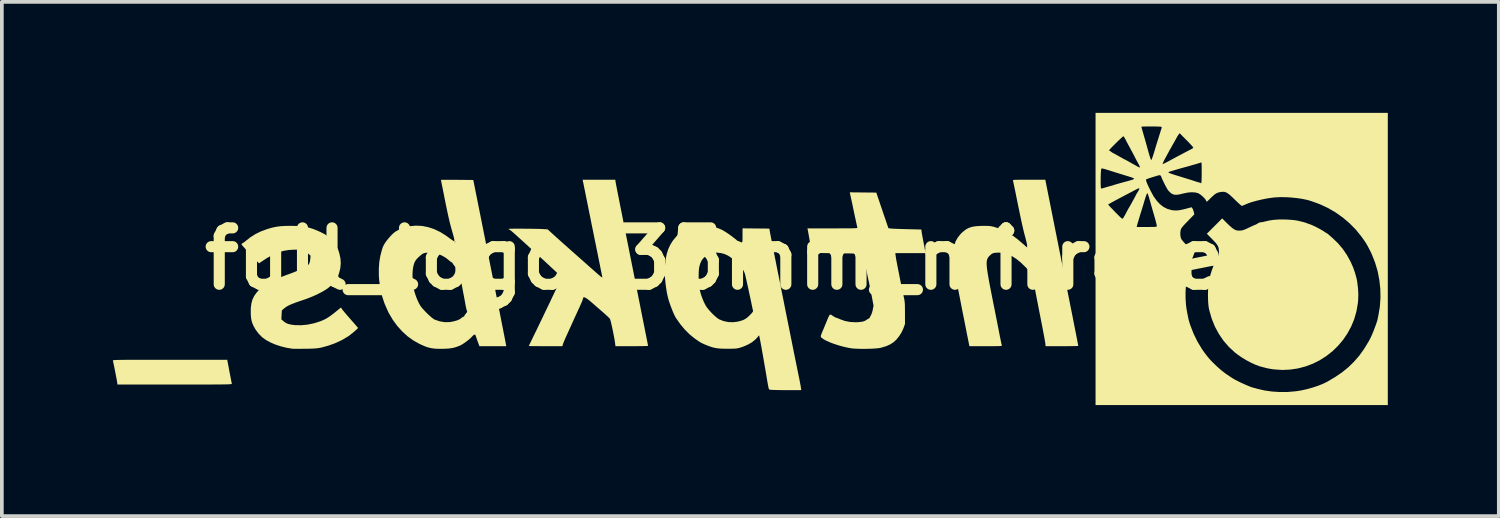
<source format=kicad_pcb>
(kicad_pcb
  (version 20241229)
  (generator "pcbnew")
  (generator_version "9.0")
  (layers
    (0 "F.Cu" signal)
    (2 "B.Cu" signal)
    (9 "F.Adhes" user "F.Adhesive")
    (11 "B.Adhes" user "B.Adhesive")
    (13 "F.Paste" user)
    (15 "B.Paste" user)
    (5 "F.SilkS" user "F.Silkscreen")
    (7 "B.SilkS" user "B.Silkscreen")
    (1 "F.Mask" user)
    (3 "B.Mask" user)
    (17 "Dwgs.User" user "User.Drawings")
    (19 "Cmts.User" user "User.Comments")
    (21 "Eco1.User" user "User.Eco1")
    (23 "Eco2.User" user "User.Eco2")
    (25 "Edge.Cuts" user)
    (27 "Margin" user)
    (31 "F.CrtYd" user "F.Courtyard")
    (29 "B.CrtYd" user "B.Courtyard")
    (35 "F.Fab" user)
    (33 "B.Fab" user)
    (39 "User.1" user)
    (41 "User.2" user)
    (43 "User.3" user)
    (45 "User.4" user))
  (footprint "full_logo_35mm_mirrored"
    (layer "F.Cu")
    (at 16.954 3.943)
    (property "Reference" "full_logo_35mm_mirrored" (at 0 0 0) (layer "F.SilkS") (effects (font (size 1.524 1.524) (thickness 0.3))))
    (attr board_only exclude_from_pos_files exclude_from_bom)
    (fp_poly (pts (xy -13.858 2.758) (xy -13.827 2.918) (xy -13.802 3.055) (xy -13.78 3.168) (xy -13.763 3.257) (xy -13.75 3.322) (xy -13.742 3.362) (xy -13.739 3.377) (xy -13.739 3.38) (xy -13.742 3.383) (xy -13.749 3.386) (xy -13.762 3.388) (xy -13.781 3.39) (xy -13.809 3.392) (xy -13.845 3.394) (xy -13.893 3.395) (xy -13.952 3.396) (xy -14.025 3.397) (xy -14.113 3.398) (xy -14.216 3.398) (xy -14.337 3.399) (xy -14.476 3.399) (xy -14.635 3.399) (xy -14.815 3.399) (xy -15.018 3.399) (xy -15.244 3.399) (xy -15.281 3.399) (xy -16.829 3.399) (xy -16.838 3.339) (xy -16.843 3.306) (xy -16.852 3.256) (xy -16.864 3.192) (xy -16.878 3.12) (xy -16.893 3.044) (xy -16.908 2.968) (xy -16.922 2.897) (xy -16.935 2.835) (xy -16.945 2.787) (xy -16.952 2.756) (xy -16.954 2.748) (xy -16.953 2.745) (xy -16.946 2.743) (xy -16.932 2.741) (xy -16.91 2.739) (xy -16.879 2.737) (xy -16.837 2.735) (xy -16.783 2.734) (xy -16.716 2.733) (xy -16.634 2.732) (xy -16.537 2.731) (xy -16.423 2.731) (xy -16.29 2.73) (xy -16.138 2.73) (xy -15.966 2.73) (xy -15.771 2.73) (xy -15.553 2.73) (xy -15.412 2.73) (xy -13.863 2.73)) (stroke (width 0) (type solid)) (fill yes) (layer "F.SilkS"))
    (fp_poly (pts (xy 13.162 -0.955) (xy 13.234 -0.886) (xy 13.293 -0.835) (xy 13.344 -0.798) (xy 13.39 -0.775) (xy 13.436 -0.763) (xy 13.485 -0.76) (xy 13.509 -0.76) (xy 13.549 -0.764) (xy 13.586 -0.772) (xy 13.627 -0.786) (xy 13.678 -0.808) (xy 13.737 -0.836) (xy 13.885 -0.905) (xy 14.021 -0.958) (xy 14.152 -1) (xy 14.286 -1.031) (xy 14.389 -1.048) (xy 14.47 -1.056) (xy 14.565 -1.061) (xy 14.669 -1.062) (xy 14.776 -1.059) (xy 14.879 -1.053) (xy 14.973 -1.044) (xy 15.052 -1.032) (xy 15.088 -1.024) (xy 15.128 -1.014) (xy 15.177 -1.002) (xy 15.196 -0.998) (xy 15.238 -0.987) (xy 15.273 -0.977) (xy 15.284 -0.972) (xy 15.309 -0.963) (xy 15.349 -0.948) (xy 15.391 -0.934) (xy 15.455 -0.909) (xy 15.531 -0.874) (xy 15.614 -0.832) (xy 15.694 -0.788) (xy 15.765 -0.746) (xy 15.786 -0.731) (xy 15.823 -0.707) (xy 15.852 -0.689) (xy 15.865 -0.682) (xy 15.865 -0.682) (xy 15.878 -0.675) (xy 15.895 -0.66) (xy 15.916 -0.641) (xy 15.949 -0.612) (xy 15.988 -0.578) (xy 15.991 -0.576) (xy 16.146 -0.429) (xy 16.28 -0.273) (xy 16.396 -0.103) (xy 16.497 0.08) (xy 16.563 0.229) (xy 16.617 0.382) (xy 16.658 0.531) (xy 16.676 0.625) (xy 16.697 0.8) (xy 16.706 0.96) (xy 16.701 1.115) (xy 16.692 1.207) (xy 16.654 1.425) (xy 16.594 1.634) (xy 16.512 1.832) (xy 16.411 2.019) (xy 16.292 2.193) (xy 16.157 2.353) (xy 16.007 2.499) (xy 15.843 2.628) (xy 15.666 2.741) (xy 15.479 2.835) (xy 15.283 2.909) (xy 15.079 2.963) (xy 14.868 2.995) (xy 14.653 3.005) (xy 14.434 2.991) (xy 14.406 2.987) (xy 14.345 2.978) (xy 14.287 2.968) (xy 14.241 2.959) (xy 14.223 2.955) (xy 14.187 2.945) (xy 14.16 2.938) (xy 14.156 2.937) (xy 14.048 2.909) (xy 13.928 2.865) (xy 13.801 2.807) (xy 13.673 2.739) (xy 13.547 2.662) (xy 13.43 2.58) (xy 13.372 2.534) (xy 13.207 2.383) (xy 13.062 2.215) (xy 12.936 2.031) (xy 12.829 1.832) (xy 12.743 1.619) (xy 12.678 1.392) (xy 12.666 1.34) (xy 12.656 1.272) (xy 12.648 1.185) (xy 12.644 1.085) (xy 12.642 0.979) (xy 12.644 0.871) (xy 12.648 0.769) (xy 12.656 0.679) (xy 12.666 0.606) (xy 12.667 0.601) (xy 12.702 0.455) (xy 12.747 0.308) (xy 12.799 0.173) (xy 12.806 0.156) (xy 12.826 0.108) (xy 12.842 0.069) (xy 12.851 0.044) (xy 12.852 0.039) (xy 12.859 0.026) (xy 12.863 0.025) (xy 12.873 0.015) (xy 12.889 -0.013) (xy 12.908 -0.052) (xy 12.927 -0.099) (xy 12.937 -0.137) (xy 12.939 -0.179) (xy 12.937 -0.221) (xy 12.933 -0.269) (xy 12.924 -0.31) (xy 12.908 -0.348) (xy 12.883 -0.388) (xy 12.846 -0.434) (xy 12.795 -0.489) (xy 12.742 -0.544) (xy 12.612 -0.676) (xy 12.819 -0.883) (xy 13.026 -1.091)) (stroke (width 0) (type solid)) (fill yes) (layer "F.SilkS"))
    (fp_poly (pts (xy -12.003 -0.887) (xy -11.874 -0.879) (xy -11.759 -0.864) (xy -11.651 -0.84) (xy -11.545 -0.807) (xy -11.434 -0.763) (xy -11.327 -0.714) (xy -11.273 -0.687) (xy -11.231 -0.665) (xy -11.197 -0.642) (xy -11.163 -0.615) (xy -11.127 -0.58) (xy -11.081 -0.533) (xy -11.049 -0.5) (xy -10.987 -0.431) (xy -10.939 -0.374) (xy -10.903 -0.322) (xy -10.876 -0.27) (xy -10.854 -0.213) (xy -10.833 -0.144) (xy -10.829 -0.129) (xy -10.802 0.00008) (xy -10.795 0.122) (xy -10.806 0.245) (xy -10.822 0.319) (xy -10.849 0.417) (xy -10.88 0.5) (xy -10.92 0.572) (xy -10.97 0.638) (xy -11.036 0.705) (xy -11.12 0.777) (xy -11.133 0.788) (xy -11.201 0.836) (xy -11.288 0.888) (xy -11.39 0.941) (xy -11.501 0.994) (xy -11.618 1.044) (xy -11.734 1.088) (xy -11.784 1.105) (xy -11.909 1.147) (xy -12.014 1.184) (xy -12.099 1.217) (xy -12.168 1.246) (xy -12.225 1.274) (xy -12.271 1.301) (xy -12.31 1.33) (xy -12.327 1.344) (xy -12.387 1.397) (xy -12.394 1.517) (xy -12.4 1.638) (xy -12.339 1.691) (xy -12.292 1.726) (xy -12.24 1.753) (xy -12.177 1.772) (xy -12.097 1.786) (xy -12.034 1.793) (xy -11.866 1.797) (xy -11.692 1.78) (xy -11.514 1.743) (xy -11.373 1.699) (xy -11.302 1.672) (xy -11.238 1.643) (xy -11.177 1.611) (xy -11.114 1.571) (xy -11.045 1.522) (xy -10.965 1.46) (xy -10.881 1.392) (xy -10.788 1.316) (xy -10.768 1.352) (xy -10.754 1.372) (xy -10.726 1.407) (xy -10.686 1.455) (xy -10.637 1.513) (xy -10.581 1.577) (xy -10.539 1.625) (xy -10.482 1.69) (xy -10.43 1.749) (xy -10.387 1.799) (xy -10.354 1.837) (xy -10.334 1.861) (xy -10.328 1.869) (xy -10.336 1.881) (xy -10.36 1.906) (xy -10.397 1.939) (xy -10.441 1.977) (xy -10.489 2.017) (xy -10.538 2.055) (xy -10.583 2.089) (xy -10.609 2.106) (xy -10.767 2.199) (xy -10.943 2.281) (xy -11.129 2.348) (xy -11.32 2.4) (xy -11.329 2.401) (xy -11.376 2.411) (xy -11.422 2.418) (xy -11.473 2.423) (xy -11.533 2.427) (xy -11.607 2.43) (xy -11.699 2.432) (xy -11.759 2.432) (xy -11.846 2.433) (xy -11.928 2.434) (xy -11.999 2.434) (xy -12.056 2.433) (xy -12.094 2.432) (xy -12.106 2.431) (xy -12.262 2.405) (xy -12.415 2.367) (xy -12.561 2.319) (xy -12.694 2.262) (xy -12.812 2.198) (xy -12.91 2.128) (xy -12.93 2.11) (xy -13.019 2.019) (xy -13.095 1.917) (xy -13.155 1.811) (xy -13.186 1.738) (xy -13.202 1.686) (xy -13.213 1.637) (xy -13.22 1.582) (xy -13.225 1.514) (xy -13.227 1.472) (xy -13.226 1.333) (xy -13.211 1.212) (xy -13.182 1.104) (xy -13.135 1.007) (xy -13.07 0.915) (xy -13.024 0.863) (xy -12.937 0.78) (xy -12.839 0.706) (xy -12.728 0.638) (xy -12.598 0.573) (xy -12.471 0.519) (xy -12.397 0.491) (xy -12.329 0.464) (xy -12.27 0.442) (xy -12.225 0.425) (xy -12.201 0.417) (xy -12.143 0.396) (xy -12.068 0.367) (xy -11.983 0.332) (xy -11.895 0.293) (xy -11.828 0.262) (xy -11.754 0.225) (xy -11.7 0.191) (xy -11.663 0.156) (xy -11.64 0.115) (xy -11.627 0.065) (xy -11.62 0.018) (xy -11.611 -0.082) (xy -11.678 -0.143) (xy -11.726 -0.181) (xy -11.775 -0.209) (xy -11.831 -0.228) (xy -11.897 -0.24) (xy -11.98 -0.245) (xy -12.043 -0.246) (xy -12.199 -0.237) (xy -12.348 -0.212) (xy -12.492 -0.169) (xy -12.637 -0.105) (xy -12.786 -0.021) (xy -12.843 0.016) (xy -13.005 0.123) (xy -13.122 0.001) (xy -13.195 -0.075) (xy -13.264 -0.148) (xy -13.327 -0.215) (xy -13.381 -0.275) (xy -13.425 -0.324) (xy -13.456 -0.36) (xy -13.472 -0.381) (xy -13.472 -0.382) (xy -13.477 -0.401) (xy -13.46 -0.414) (xy -13.455 -0.416) (xy -13.431 -0.43) (xy -13.395 -0.455) (xy -13.357 -0.486) (xy -13.356 -0.487) (xy -13.23 -0.586) (xy -13.099 -0.668) (xy -12.956 -0.738) (xy -12.8 -0.796) (xy -12.701 -0.827) (xy -12.611 -0.85) (xy -12.522 -0.867) (xy -12.43 -0.879) (xy -12.327 -0.886) (xy -12.208 -0.889) (xy -12.15 -0.889)) (stroke (width 0) (type solid)) (fill yes) (layer "F.SilkS"))
    (fp_poly (pts (xy 8.622 -0.25) (xy 8.688 0.08) (xy 8.748 0.384) (xy 8.804 0.665) (xy 8.855 0.923) (xy 8.902 1.158) (xy 8.944 1.37) (xy 8.982 1.56) (xy 9.015 1.728) (xy 9.044 1.876) (xy 9.069 2.002) (xy 9.09 2.109) (xy 9.107 2.196) (xy 9.12 2.263) (xy 9.129 2.312) (xy 9.135 2.342) (xy 9.136 2.355) (xy 9.136 2.355) (xy 9.124 2.357) (xy 9.09 2.359) (xy 9.036 2.36) (xy 8.965 2.361) (xy 8.88 2.362) (xy 8.785 2.363) (xy 8.695 2.363) (xy 8.254 2.363) (xy 8.246 2.284) (xy 8.242 2.256) (xy 8.233 2.206) (xy 8.221 2.137) (xy 8.205 2.051) (xy 8.186 1.951) (xy 8.165 1.841) (xy 8.142 1.721) (xy 8.117 1.596) (xy 8.113 1.573) (xy 8.087 1.443) (xy 8.062 1.314) (xy 8.038 1.19) (xy 8.015 1.075) (xy 7.995 0.97) (xy 7.978 0.881) (xy 7.964 0.809) (xy 7.955 0.759) (xy 7.955 0.758) (xy 7.942 0.687) (xy 7.929 0.619) (xy 7.918 0.56) (xy 7.911 0.518) (xy 7.909 0.51) (xy 7.9 0.474) (xy 7.886 0.439) (xy 7.864 0.403) (xy 7.832 0.36) (xy 7.788 0.309) (xy 7.728 0.243) (xy 7.715 0.23) (xy 7.587 0.105) (xy 7.463 0.004) (xy 7.342 -0.073) (xy 7.223 -0.126) (xy 7.105 -0.157) (xy 7.001 -0.166) (xy 6.928 -0.164) (xy 6.873 -0.159) (xy 6.831 -0.148) (xy 6.796 -0.13) (xy 6.762 -0.101) (xy 6.748 -0.089) (xy 6.724 -0.064) (xy 6.704 -0.04) (xy 6.688 -0.013) (xy 6.675 0.016) (xy 6.666 0.052) (xy 6.661 0.094) (xy 6.661 0.145) (xy 6.664 0.206) (xy 6.672 0.28) (xy 6.685 0.368) (xy 6.702 0.472) (xy 6.723 0.593) (xy 6.75 0.734) (xy 6.781 0.895) (xy 6.818 1.08) (xy 6.823 1.106) (xy 6.851 1.25) (xy 6.88 1.392) (xy 6.907 1.53) (xy 6.933 1.661) (xy 6.957 1.782) (xy 6.978 1.89) (xy 6.996 1.981) (xy 7.01 2.053) (xy 7.019 2.098) (xy 7.034 2.171) (xy 7.047 2.236) (xy 7.058 2.289) (xy 7.067 2.326) (xy 7.071 2.341) (xy 7.072 2.347) (xy 7.068 2.352) (xy 7.058 2.355) (xy 7.038 2.358) (xy 7.006 2.36) (xy 6.96 2.362) (xy 6.898 2.362) (xy 6.816 2.363) (xy 6.713 2.363) (xy 6.637 2.363) (xy 6.195 2.363) (xy 6.189 2.335) (xy 6.182 2.301) (xy 6.171 2.245) (xy 6.156 2.169) (xy 6.137 2.077) (xy 6.116 1.971) (xy 6.093 1.853) (xy 6.068 1.727) (xy 6.042 1.595) (xy 6.015 1.46) (xy 5.988 1.324) (xy 5.962 1.19) (xy 5.937 1.061) (xy 5.913 0.939) (xy 5.891 0.828) (xy 5.872 0.729) (xy 5.856 0.646) (xy 5.843 0.582) (xy 5.84 0.562) (xy 5.775 0.221) (xy 5.775 -0.04) (xy 5.776 -0.125) (xy 5.778 -0.205) (xy 5.781 -0.275) (xy 5.784 -0.331) (xy 5.789 -0.367) (xy 5.789 -0.369) (xy 5.823 -0.474) (xy 5.881 -0.575) (xy 5.962 -0.674) (xy 5.986 -0.698) (xy 6.053 -0.757) (xy 6.12 -0.804) (xy 6.192 -0.839) (xy 6.273 -0.864) (xy 6.367 -0.879) (xy 6.479 -0.887) (xy 6.571 -0.889) (xy 6.653 -0.888) (xy 6.716 -0.886) (xy 6.769 -0.881) (xy 6.817 -0.872) (xy 6.862 -0.861) (xy 7.032 -0.807) (xy 7.187 -0.736) (xy 7.329 -0.65) (xy 7.378 -0.616) (xy 7.422 -0.583) (xy 7.466 -0.55) (xy 7.513 -0.513) (xy 7.567 -0.467) (xy 7.633 -0.411) (xy 7.699 -0.353) (xy 7.759 -0.301) (xy 7.759 -0.343) (xy 7.755 -0.37) (xy 7.746 -0.416) (xy 7.732 -0.475) (xy 7.715 -0.541) (xy 7.708 -0.569) (xy 7.689 -0.639) (xy 7.67 -0.712) (xy 7.651 -0.791) (xy 7.631 -0.877) (xy 7.609 -0.973) (xy 7.586 -1.083) (xy 7.559 -1.208) (xy 7.53 -1.351) (xy 7.496 -1.515) (xy 7.474 -1.623) (xy 7.453 -1.729) (xy 7.433 -1.828) (xy 7.414 -1.917) (xy 7.399 -1.992) (xy 7.386 -2.052) (xy 7.377 -2.093) (xy 7.373 -2.112) (xy 7.373 -2.113) (xy 7.372 -2.119) (xy 7.376 -2.124) (xy 7.386 -2.128) (xy 7.405 -2.131) (xy 7.436 -2.133) (xy 7.481 -2.134) (xy 7.543 -2.135) (xy 7.623 -2.135) (xy 7.724 -2.136) (xy 7.806 -2.136) (xy 8.246 -2.136)) (stroke (width 0) (type solid)) (fill yes) (layer "F.SilkS"))
    (fp_poly (pts (xy 3.678 -1.788) (xy 3.76 -1.548) (xy 3.792 -1.452) (xy 3.83 -1.342) (xy 3.868 -1.228) (xy 3.904 -1.123) (xy 3.923 -1.068) (xy 4.005 -0.828) (xy 4.053 -0.819) (xy 4.077 -0.816) (xy 4.123 -0.813) (xy 4.188 -0.81) (xy 4.267 -0.807) (xy 4.357 -0.804) (xy 4.455 -0.801) (xy 4.499 -0.8) (xy 4.897 -0.79) (xy 4.901 -0.746) (xy 4.904 -0.719) (xy 4.912 -0.672) (xy 4.923 -0.611) (xy 4.936 -0.541) (xy 4.947 -0.487) (xy 4.961 -0.411) (xy 4.975 -0.34) (xy 4.986 -0.278) (xy 4.994 -0.232) (xy 4.996 -0.212) (xy 5.004 -0.152) (xy 4.193 -0.152) (xy 4.202 -0.073) (xy 4.207 -0.041) (xy 4.216 0.013) (xy 4.229 0.084) (xy 4.245 0.169) (xy 4.264 0.266) (xy 4.285 0.371) (xy 4.306 0.479) (xy 4.328 0.589) (xy 4.35 0.696) (xy 4.371 0.797) (xy 4.39 0.888) (xy 4.407 0.967) (xy 4.418 1.017) (xy 4.429 1.068) (xy 4.438 1.112) (xy 4.444 1.154) (xy 4.448 1.199) (xy 4.451 1.252) (xy 4.452 1.317) (xy 4.453 1.4) (xy 4.453 1.466) (xy 4.454 1.763) (xy 4.414 1.874) (xy 4.365 1.983) (xy 4.299 2.088) (xy 4.222 2.184) (xy 4.152 2.25) (xy 4.061 2.311) (xy 3.947 2.362) (xy 3.814 2.402) (xy 3.791 2.408) (xy 3.736 2.417) (xy 3.661 2.424) (xy 3.57 2.43) (xy 3.471 2.433) (xy 3.367 2.435) (xy 3.263 2.435) (xy 3.166 2.432) (xy 3.08 2.428) (xy 3.01 2.421) (xy 2.995 2.419) (xy 2.882 2.398) (xy 2.765 2.37) (xy 2.648 2.337) (xy 2.535 2.3) (xy 2.431 2.261) (xy 2.339 2.221) (xy 2.264 2.181) (xy 2.21 2.143) (xy 2.206 2.141) (xy 2.192 2.127) (xy 2.182 2.115) (xy 2.178 2.1) (xy 2.181 2.078) (xy 2.191 2.046) (xy 2.209 2) (xy 2.235 1.937) (xy 2.256 1.889) (xy 2.284 1.821) (xy 2.314 1.748) (xy 2.341 1.682) (xy 2.356 1.645) (xy 2.376 1.596) (xy 2.397 1.553) (xy 2.413 1.525) (xy 2.417 1.52) (xy 2.43 1.51) (xy 2.445 1.509) (xy 2.466 1.52) (xy 2.502 1.543) (xy 2.506 1.546) (xy 2.543 1.57) (xy 2.574 1.587) (xy 2.59 1.592) (xy 2.608 1.597) (xy 2.643 1.61) (xy 2.688 1.629) (xy 2.703 1.636) (xy 2.829 1.681) (xy 2.969 1.708) (xy 3.115 1.716) (xy 3.166 1.715) (xy 3.248 1.708) (xy 3.311 1.698) (xy 3.362 1.682) (xy 3.405 1.658) (xy 3.418 1.649) (xy 3.45 1.628) (xy 3.476 1.614) (xy 3.478 1.613) (xy 3.497 1.601) (xy 3.5 1.592) (xy 3.507 1.574) (xy 3.523 1.545) (xy 3.531 1.532) (xy 3.55 1.493) (xy 3.568 1.438) (xy 3.583 1.377) (xy 3.604 1.27) (xy 3.564 1.055) (xy 3.548 0.97) (xy 3.528 0.869) (xy 3.506 0.761) (xy 3.484 0.657) (xy 3.469 0.588) (xy 3.448 0.491) (xy 3.426 0.384) (xy 3.403 0.276) (xy 3.383 0.177) (xy 3.372 0.115) (xy 3.356 0.034) (xy 3.343 -0.026) (xy 3.332 -0.067) (xy 3.323 -0.095) (xy 3.313 -0.112) (xy 3.302 -0.123) (xy 3.302 -0.123) (xy 3.292 -0.127) (xy 3.274 -0.131) (xy 3.247 -0.134) (xy 3.208 -0.137) (xy 3.156 -0.139) (xy 3.088 -0.141) (xy 3.002 -0.143) (xy 2.898 -0.145) (xy 2.771 -0.146) (xy 2.645 -0.148) (xy 2.52 -0.149) (xy 2.402 -0.151) (xy 2.293 -0.153) (xy 2.196 -0.155) (xy 2.113 -0.157) (xy 2.048 -0.159) (xy 2.002 -0.161) (xy 1.979 -0.163) (xy 1.978 -0.163) (xy 1.965 -0.167) (xy 1.954 -0.172) (xy 1.945 -0.183) (xy 1.936 -0.201) (xy 1.928 -0.229) (xy 1.918 -0.271) (xy 1.907 -0.329) (xy 1.893 -0.405) (xy 1.876 -0.502) (xy 1.87 -0.537) (xy 1.857 -0.612) (xy 1.845 -0.679) (xy 1.835 -0.735) (xy 1.827 -0.775) (xy 1.824 -0.793) (xy 1.817 -0.821) (xy 2.495 -0.821) (xy 2.644 -0.821) (xy 2.769 -0.822) (xy 2.872 -0.822) (xy 2.956 -0.822) (xy 3.023 -0.823) (xy 3.074 -0.825) (xy 3.112 -0.826) (xy 3.138 -0.829) (xy 3.155 -0.831) (xy 3.164 -0.835) (xy 3.167 -0.839) (xy 3.167 -0.844) (xy 3.16 -0.871) (xy 3.149 -0.919) (xy 3.134 -0.987) (xy 3.116 -1.071) (xy 3.095 -1.167) (xy 3.073 -1.274) (xy 3.064 -1.314) (xy 3.047 -1.397) (xy 3.029 -1.484) (xy 3.011 -1.566) (xy 2.996 -1.636) (xy 2.991 -1.659) (xy 2.961 -1.795)) (stroke (width 0) (type solid)) (fill yes) (layer "F.SilkS"))
    (fp_poly (pts (xy -3.367 -2.076) (xy -3.364 -2.057) (xy -3.356 -2.015) (xy -3.344 -1.951) (xy -3.327 -1.865) (xy -3.307 -1.761) (xy -3.282 -1.638) (xy -3.255 -1.497) (xy -3.224 -1.342) (xy -3.19 -1.171) (xy -3.154 -0.988) (xy -3.115 -0.793) (xy -3.074 -0.587) (xy -3.031 -0.373) (xy -2.987 -0.15) (xy -2.941 0.08) (xy -2.924 0.164) (xy -2.878 0.395) (xy -2.834 0.619) (xy -2.791 0.835) (xy -2.75 1.042) (xy -2.71 1.238) (xy -2.674 1.423) (xy -2.64 1.595) (xy -2.608 1.752) (xy -2.58 1.894) (xy -2.555 2.02) (xy -2.534 2.127) (xy -2.516 2.215) (xy -2.503 2.283) (xy -2.494 2.328) (xy -2.49 2.351) (xy -2.489 2.354) (xy -2.502 2.356) (xy -2.536 2.358) (xy -2.59 2.36) (xy -2.661 2.361) (xy -2.746 2.362) (xy -2.841 2.363) (xy -2.93 2.363) (xy -3.371 2.363) (xy -3.38 2.29) (xy -3.387 2.238) (xy -3.398 2.172) (xy -3.412 2.096) (xy -3.428 2.014) (xy -3.445 1.93) (xy -3.462 1.849) (xy -3.479 1.774) (xy -3.494 1.71) (xy -3.507 1.661) (xy -3.517 1.631) (xy -3.52 1.625) (xy -3.536 1.606) (xy -3.568 1.574) (xy -3.612 1.533) (xy -3.665 1.485) (xy -3.719 1.437) (xy -3.787 1.378) (xy -3.858 1.316) (xy -3.927 1.256) (xy -3.988 1.203) (xy -4.018 1.177) (xy -4.091 1.116) (xy -4.15 1.072) (xy -4.196 1.047) (xy -4.226 1.04) (xy -4.233 1.042) (xy -4.243 1.058) (xy -4.252 1.088) (xy -4.252 1.09) (xy -4.26 1.116) (xy -4.277 1.16) (xy -4.301 1.215) (xy -4.328 1.277) (xy -4.336 1.295) (xy -4.388 1.407) (xy -4.442 1.525) (xy -4.501 1.654) (xy -4.567 1.8) (xy -4.587 1.845) (xy -4.613 1.901) (xy -4.644 1.97) (xy -4.678 2.043) (xy -4.705 2.104) (xy -4.733 2.166) (xy -4.758 2.225) (xy -4.778 2.275) (xy -4.79 2.308) (xy -4.791 2.309) (xy -4.806 2.363) (xy -5.259 2.363) (xy -5.363 2.363) (xy -5.459 2.362) (xy -5.543 2.362) (xy -5.614 2.361) (xy -5.667 2.36) (xy -5.701 2.359) (xy -5.712 2.357) (xy -5.707 2.345) (xy -5.692 2.313) (xy -5.668 2.264) (xy -5.638 2.202) (xy -5.603 2.129) (xy -5.565 2.051) (xy -5.516 1.951) (xy -5.463 1.841) (xy -5.408 1.727) (xy -5.356 1.619) (xy -5.31 1.523) (xy -5.295 1.491) (xy -5.249 1.395) (xy -5.196 1.285) (xy -5.141 1.171) (xy -5.089 1.06) (xy -5.044 0.967) (xy -5.005 0.884) (xy -4.966 0.802) (xy -4.931 0.725) (xy -4.901 0.66) (xy -4.879 0.61) (xy -4.873 0.597) (xy -4.829 0.493) (xy -5.027 0.306) (xy -5.078 0.259) (xy -5.143 0.198) (xy -5.22 0.127) (xy -5.307 0.046) (xy -5.401 -0.04) (xy -5.499 -0.13) (xy -5.6 -0.222) (xy -5.699 -0.313) (xy -5.796 -0.402) (xy -5.887 -0.485) (xy -5.97 -0.56) (xy -6.043 -0.626) (xy -6.102 -0.679) (xy -6.146 -0.718) (xy -6.152 -0.723) (xy -6.191 -0.756) (xy -6.225 -0.781) (xy -6.247 -0.795) (xy -6.252 -0.796) (xy -6.264 -0.802) (xy -6.263 -0.807) (xy -6.249 -0.809) (xy -6.214 -0.811) (xy -6.159 -0.812) (xy -6.09 -0.813) (xy -6.009 -0.813) (xy -5.919 -0.813) (xy -5.823 -0.812) (xy -5.726 -0.812) (xy -5.631 -0.81) (xy -5.54 -0.809) (xy -5.457 -0.807) (xy -5.385 -0.805) (xy -5.328 -0.802) (xy -5.309 -0.801) (xy -5.203 -0.794) (xy -5.069 -0.671) (xy -5.029 -0.635) (xy -4.974 -0.585) (xy -4.905 -0.524) (xy -4.827 -0.453) (xy -4.741 -0.377) (xy -4.651 -0.297) (xy -4.559 -0.215) (xy -4.536 -0.195) (xy -4.394 -0.069) (xy -4.269 0.041) (xy -4.161 0.137) (xy -4.069 0.219) (xy -3.99 0.288) (xy -3.925 0.346) (xy -3.871 0.393) (xy -3.828 0.43) (xy -3.795 0.458) (xy -3.77 0.479) (xy -3.752 0.493) (xy -3.74 0.501) (xy -3.733 0.505) (xy -3.729 0.505) (xy -3.728 0.502) (xy -3.728 0.498) (xy -3.728 0.495) (xy -3.73 0.48) (xy -3.737 0.443) (xy -3.748 0.387) (xy -3.763 0.313) (xy -3.781 0.224) (xy -3.801 0.122) (xy -3.824 0.011) (xy -3.848 -0.108) (xy -3.848 -0.11) (xy -3.876 -0.246) (xy -3.907 -0.402) (xy -3.942 -0.571) (xy -3.977 -0.748) (xy -4.014 -0.927) (xy -4.049 -1.103) (xy -4.083 -1.269) (xy -4.107 -1.39) (xy -4.133 -1.519) (xy -4.158 -1.641) (xy -4.18 -1.754) (xy -4.201 -1.856) (xy -4.219 -1.943) (xy -4.233 -2.015) (xy -4.244 -2.067) (xy -4.251 -2.099) (xy -4.252 -2.107) (xy -4.259 -2.136) (xy -3.376 -2.136)) (stroke (width 0) (type solid)) (fill yes) (layer "F.SilkS"))
    (fp_poly (pts (xy -7.832 -2.134) (xy -7.736 -2.133) (xy -7.65 -2.133) (xy -7.213 -2.129) (xy -6.837 -0.246) (xy -6.78 0.038) (xy -6.728 0.3) (xy -6.681 0.539) (xy -6.637 0.757) (xy -6.598 0.957) (xy -6.562 1.138) (xy -6.529 1.302) (xy -6.499 1.451) (xy -6.473 1.586) (xy -6.449 1.709) (xy -6.427 1.82) (xy -6.407 1.921) (xy -6.389 2.014) (xy -6.372 2.099) (xy -6.357 2.178) (xy -6.342 2.253) (xy -6.337 2.284) (xy -6.321 2.363) (xy -7.047 2.363) (xy -7.093 2.24) (xy -7.113 2.184) (xy -7.13 2.134) (xy -7.143 2.096) (xy -7.147 2.082) (xy -7.161 2.054) (xy -7.184 2.05) (xy -7.215 2.069) (xy -7.248 2.104) (xy -7.287 2.145) (xy -7.342 2.192) (xy -7.406 2.242) (xy -7.472 2.288) (xy -7.533 2.326) (xy -7.576 2.348) (xy -7.657 2.379) (xy -7.731 2.402) (xy -7.806 2.417) (xy -7.889 2.427) (xy -7.987 2.432) (xy -8.031 2.434) (xy -8.152 2.434) (xy -8.25 2.43) (xy -8.322 2.421) (xy -8.323 2.421) (xy -8.382 2.409) (xy -8.431 2.397) (xy -8.479 2.382) (xy -8.531 2.362) (xy -8.593 2.335) (xy -8.663 2.303) (xy -8.827 2.212) (xy -8.985 2.099) (xy -9.132 1.966) (xy -9.268 1.815) (xy -9.39 1.648) (xy -9.496 1.468) (xy -9.517 1.426) (xy -9.612 1.21) (xy -9.683 0.995) (xy -9.732 0.776) (xy -9.759 0.55) (xy -9.765 0.456) (xy -8.856 0.456) (xy -8.853 0.556) (xy -8.846 0.657) (xy -8.835 0.75) (xy -8.821 0.823) (xy -8.797 0.913) (xy -8.765 1.01) (xy -8.727 1.106) (xy -8.687 1.193) (xy -8.647 1.264) (xy -8.643 1.271) (xy -8.61 1.316) (xy -8.563 1.37) (xy -8.509 1.428) (xy -8.45 1.487) (xy -8.391 1.542) (xy -8.337 1.589) (xy -8.29 1.625) (xy -8.259 1.644) (xy -8.122 1.691) (xy -7.985 1.714) (xy -7.846 1.711) (xy -7.749 1.693) (xy -7.655 1.667) (xy -7.585 1.637) (xy -7.536 1.603) (xy -7.526 1.594) (xy -7.501 1.574) (xy -7.479 1.567) (xy -7.46 1.559) (xy -7.456 1.548) (xy -7.448 1.528) (xy -7.427 1.499) (xy -7.412 1.481) (xy -7.385 1.446) (xy -7.378 1.424) (xy -7.381 1.419) (xy -7.388 1.403) (xy -7.398 1.366) (xy -7.409 1.315) (xy -7.422 1.254) (xy -7.424 1.244) (xy -7.437 1.17) (xy -7.453 1.083) (xy -7.471 0.988) (xy -7.49 0.888) (xy -7.509 0.788) (xy -7.527 0.692) (xy -7.545 0.602) (xy -7.56 0.525) (xy -7.572 0.462) (xy -7.58 0.419) (xy -7.583 0.408) (xy -7.593 0.372) (xy -7.609 0.338) (xy -7.635 0.3) (xy -7.674 0.252) (xy -7.684 0.24) (xy -7.72 0.196) (xy -7.749 0.158) (xy -7.767 0.131) (xy -7.772 0.12) (xy -7.782 0.103) (xy -7.79 0.101) (xy -7.807 0.093) (xy -7.837 0.071) (xy -7.873 0.041) (xy -7.883 0.031) (xy -7.951 -0.021) (xy -8.034 -0.072) (xy -8.123 -0.115) (xy -8.209 -0.145) (xy -8.233 -0.152) (xy -8.291 -0.16) (xy -8.361 -0.165) (xy -8.434 -0.164) (xy -8.499 -0.16) (xy -8.542 -0.152) (xy -8.581 -0.134) (xy -8.631 -0.098) (xy -8.688 -0.047) (xy -8.74 0.005) (xy -8.778 0.055) (xy -8.805 0.107) (xy -8.825 0.17) (xy -8.841 0.248) (xy -8.848 0.291) (xy -8.854 0.365) (xy -8.856 0.456) (xy -9.765 0.456) (xy -9.765 0.451) (xy -9.766 0.26) (xy -9.753 0.086) (xy -9.725 -0.079) (xy -9.683 -0.24) (xy -9.66 -0.31) (xy -9.627 -0.381) (xy -9.58 -0.455) (xy -7.721 -0.455) (xy -7.711 -0.443) (xy -7.708 -0.442) (xy -7.696 -0.452) (xy -7.696 -0.455) (xy -7.705 -0.467) (xy -7.708 -0.468) (xy -7.721 -0.458) (xy -7.721 -0.455) (xy -9.58 -0.455) (xy -9.578 -0.458) (xy -9.509 -0.546) (xy -9.445 -0.617) (xy -9.395 -0.669) (xy -9.351 -0.708) (xy -9.307 -0.739) (xy -9.254 -0.769) (xy -9.234 -0.779) (xy -9.082 -0.842) (xy -8.924 -0.881) (xy -8.762 -0.895) (xy -8.597 -0.887) (xy -8.431 -0.854) (xy -8.266 -0.799) (xy -8.102 -0.72) (xy -7.942 -0.619) (xy -7.893 -0.583) (xy -7.84 -0.543) (xy -7.793 -0.511) (xy -7.757 -0.487) (xy -7.735 -0.476) (xy -7.731 -0.476) (xy -7.725 -0.486) (xy -7.725 -0.508) (xy -7.731 -0.545) (xy -7.744 -0.6) (xy -7.765 -0.674) (xy -7.778 -0.72) (xy -7.8 -0.797) (xy -7.82 -0.871) (xy -7.839 -0.944) (xy -7.858 -1.02) (xy -7.877 -1.102) (xy -7.898 -1.194) (xy -7.92 -1.3) (xy -7.946 -1.422) (xy -7.974 -1.564) (xy -7.988 -1.63) (xy -8.009 -1.738) (xy -8.029 -1.839) (xy -8.047 -1.929) (xy -8.063 -2.006) (xy -8.075 -2.067) (xy -8.083 -2.109) (xy -8.087 -2.13) (xy -8.088 -2.132) (xy -8.075 -2.133) (xy -8.041 -2.134) (xy -7.987 -2.134) (xy -7.916 -2.134)) (stroke (width 0) (type solid)) (fill yes) (layer "F.SilkS"))
    (fp_poly (pts (xy -0.899 -0.886) (xy -0.81 -0.879) (xy -0.73 -0.865) (xy -0.649 -0.843) (xy -0.56 -0.811) (xy -0.535 -0.801) (xy -0.473 -0.771) (xy -0.397 -0.726) (xy -0.31 -0.668) (xy -0.216 -0.6) (xy -0.119 -0.524) (xy -0.079 -0.49) (xy -0.033 -0.452) (xy 0.007 -0.421) (xy 0.036 -0.4) (xy 0.051 -0.392) (xy 0.051 -0.392) (xy 0.055 -0.404) (xy 0.059 -0.44) (xy 0.062 -0.496) (xy 0.063 -0.572) (xy 0.063 -0.607) (xy 0.063 -0.822) (xy 0.788 -0.815) (xy 0.806 -0.711) (xy 0.81 -0.688) (xy 0.819 -0.642) (xy 0.832 -0.574) (xy 0.849 -0.486) (xy 0.87 -0.381) (xy 0.894 -0.259) (xy 0.921 -0.122) (xy 0.951 0.028) (xy 0.983 0.189) (xy 1.017 0.359) (xy 1.053 0.537) (xy 1.09 0.722) (xy 1.127 0.911) (xy 1.166 1.104) (xy 1.204 1.297) (xy 1.243 1.49) (xy 1.281 1.68) (xy 1.319 1.867) (xy 1.355 2.049) (xy 1.39 2.223) (xy 1.423 2.388) (xy 1.454 2.542) (xy 1.483 2.685) (xy 1.509 2.813) (xy 1.532 2.926) (xy 1.551 3.021) (xy 1.565 3.09) (xy 1.583 3.179) (xy 1.601 3.265) (xy 1.616 3.342) (xy 1.628 3.407) (xy 1.637 3.454) (xy 1.639 3.472) (xy 1.651 3.551) (xy 1.24 3.55) (xy 1.139 3.55) (xy 1.045 3.549) (xy 0.962 3.547) (xy 0.893 3.545) (xy 0.841 3.543) (xy 0.809 3.54) (xy 0.8 3.538) (xy 0.792 3.535) (xy 0.785 3.531) (xy 0.779 3.524) (xy 0.773 3.511) (xy 0.767 3.49) (xy 0.76 3.457) (xy 0.751 3.411) (xy 0.74 3.349) (xy 0.726 3.268) (xy 0.709 3.166) (xy 0.702 3.121) (xy 0.676 2.971) (xy 0.651 2.826) (xy 0.627 2.687) (xy 0.604 2.557) (xy 0.583 2.439) (xy 0.564 2.334) (xy 0.547 2.243) (xy 0.533 2.17) (xy 0.522 2.116) (xy 0.514 2.084) (xy 0.511 2.074) (xy 0.5 2.077) (xy 0.49 2.091) (xy 0.475 2.112) (xy 0.447 2.144) (xy 0.411 2.18) (xy 0.404 2.187) (xy 0.321 2.255) (xy 0.217 2.316) (xy 0.098 2.369) (xy 0.018 2.397) (xy -0.023 2.409) (xy -0.059 2.418) (xy -0.095 2.424) (xy -0.136 2.428) (xy -0.187 2.43) (xy -0.254 2.432) (xy -0.335 2.432) (xy -0.45 2.431) (xy -0.546 2.427) (xy -0.628 2.418) (xy -0.702 2.405) (xy -0.774 2.386) (xy -0.849 2.359) (xy -0.891 2.343) (xy -0.965 2.313) (xy -1.023 2.286) (xy -1.074 2.26) (xy -1.124 2.229) (xy -1.18 2.19) (xy -1.241 2.146) (xy -1.373 2.038) (xy -1.496 1.915) (xy -1.614 1.774) (xy -1.729 1.611) (xy -1.741 1.593) (xy -1.767 1.545) (xy -1.799 1.478) (xy -1.833 1.396) (xy -1.869 1.304) (xy -1.904 1.206) (xy -1.932 1.122) (xy -1.957 1.029) (xy -1.981 0.918) (xy -2.001 0.795) (xy -2.018 0.667) (xy -2.03 0.541) (xy -2.034 0.471) (xy -1.123 0.471) (xy -1.12 0.572) (xy -1.114 0.672) (xy -1.105 0.765) (xy -1.092 0.844) (xy -1.088 0.861) (xy -1.061 0.962) (xy -1.024 1.066) (xy -0.983 1.165) (xy -0.939 1.253) (xy -0.902 1.312) (xy -0.856 1.37) (xy -0.801 1.433) (xy -0.741 1.495) (xy -0.68 1.552) (xy -0.624 1.599) (xy -0.577 1.632) (xy -0.566 1.638) (xy -0.447 1.685) (xy -0.319 1.711) (xy -0.188 1.715) (xy -0.076 1.701) (xy 0.011 1.68) (xy 0.079 1.657) (xy 0.136 1.628) (xy 0.19 1.59) (xy 0.246 1.539) (xy 0.257 1.527) (xy 0.304 1.479) (xy 0.333 1.444) (xy 0.347 1.42) (xy 0.348 1.406) (xy 0.341 1.381) (xy 0.332 1.342) (xy 0.327 1.314) (xy 0.319 1.277) (xy 0.307 1.22) (xy 0.292 1.146) (xy 0.274 1.06) (xy 0.253 0.967) (xy 0.232 0.869) (xy 0.211 0.771) (xy 0.19 0.677) (xy 0.171 0.591) (xy 0.154 0.518) (xy 0.141 0.46) (xy 0.132 0.423) (xy 0.131 0.419) (xy 0.112 0.364) (xy 0.083 0.308) (xy 0.041 0.249) (xy -0.015 0.183) (xy -0.089 0.108) (xy -0.128 0.07) (xy -0.228 -0.017) (xy -0.324 -0.082) (xy -0.42 -0.127) (xy -0.52 -0.154) (xy -0.628 -0.165) (xy -0.659 -0.166) (xy -0.737 -0.163) (xy -0.797 -0.153) (xy -0.849 -0.133) (xy -0.9 -0.1) (xy -0.94 -0.068) (xy -1.002 -0.008) (xy -1.047 0.055) (xy -1.08 0.129) (xy -1.106 0.221) (xy -1.107 0.228) (xy -1.116 0.293) (xy -1.121 0.376) (xy -1.123 0.471) (xy -2.034 0.471) (xy -2.037 0.423) (xy -2.038 0.373) (xy -2.032 0.186) (xy -2.015 0.019) (xy -1.985 -0.131) (xy -1.942 -0.265) (xy -1.884 -0.388) (xy -1.811 -0.501) (xy -1.721 -0.608) (xy -1.719 -0.61) (xy -1.667 -0.663) (xy -1.626 -0.702) (xy -1.59 -0.731) (xy -1.551 -0.755) (xy -1.505 -0.779) (xy -1.493 -0.784) (xy -1.404 -0.824) (xy -1.325 -0.852) (xy -1.248 -0.871) (xy -1.166 -0.883) (xy -1.071 -0.888) (xy -1.005 -0.888)) (stroke (width 0) (type solid)) (fill yes) (layer "F.SilkS"))
    (fp_poly (pts (xy 17.502 3.955) (xy 9.604 3.955) (xy 9.604 -0.859) (xy 10.716 -0.859) (xy 10.987 -0.859) (xy 11.077 -0.859) (xy 11.144 -0.86) (xy 11.193 -0.861) (xy 11.225 -0.863) (xy 11.245 -0.866) (xy 11.255 -0.871) (xy 11.259 -0.878) (xy 11.259 -0.885) (xy 11.256 -0.911) (xy 11.245 -0.958) (xy 11.229 -1.023) (xy 11.207 -1.103) (xy 11.181 -1.195) (xy 11.166 -1.245) (xy 11.149 -1.304) (xy 11.128 -1.376) (xy 11.108 -1.447) (xy 11.101 -1.472) (xy 11.075 -1.566) (xy 11.052 -1.645) (xy 11.032 -1.708) (xy 11.017 -1.751) (xy 11.007 -1.772) (xy 11.006 -1.773) (xy 10.998 -1.768) (xy 10.984 -1.741) (xy 10.966 -1.694) (xy 10.945 -1.63) (xy 10.921 -1.552) (xy 10.918 -1.542) (xy 10.901 -1.483) (xy 10.88 -1.414) (xy 10.859 -1.347) (xy 10.855 -1.333) (xy 10.83 -1.253) (xy 10.805 -1.172) (xy 10.781 -1.092) (xy 10.759 -1.02) (xy 10.741 -0.96) (xy 10.729 -0.915) (xy 10.723 -0.894) (xy 10.716 -0.859) (xy 9.604 -0.859) (xy 9.604 -1.464) (xy 9.945 -1.464) (xy 9.954 -1.453) (xy 9.977 -1.427) (xy 10.013 -1.388) (xy 10.06 -1.34) (xy 10.113 -1.284) (xy 10.134 -1.262) (xy 10.198 -1.198) (xy 10.246 -1.15) (xy 10.281 -1.116) (xy 10.306 -1.095) (xy 10.323 -1.085) (xy 10.334 -1.083) (xy 10.342 -1.087) (xy 10.355 -1.105) (xy 10.376 -1.141) (xy 10.403 -1.188) (xy 10.426 -1.232) (xy 10.453 -1.284) (xy 10.477 -1.328) (xy 10.494 -1.359) (xy 10.501 -1.371) (xy 10.512 -1.388) (xy 10.531 -1.42) (xy 10.556 -1.465) (xy 10.585 -1.516) (xy 10.614 -1.57) (xy 10.642 -1.621) (xy 10.666 -1.665) (xy 10.683 -1.697) (xy 10.691 -1.713) (xy 10.691 -1.713) (xy 10.697 -1.727) (xy 10.713 -1.755) (xy 10.733 -1.787) (xy 10.758 -1.827) (xy 10.777 -1.863) (xy 10.785 -1.882) (xy 10.789 -1.902) (xy 10.778 -1.905) (xy 10.765 -1.901) (xy 10.74 -1.891) (xy 10.7 -1.872) (xy 10.654 -1.848) (xy 10.64 -1.841) (xy 10.593 -1.816) (xy 10.531 -1.783) (xy 10.462 -1.747) (xy 10.391 -1.71) (xy 10.375 -1.701) (xy 10.254 -1.637) (xy 10.155 -1.585) (xy 10.077 -1.542) (xy 10.018 -1.51) (xy 9.977 -1.486) (xy 9.953 -1.471) (xy 9.945 -1.464) (xy 9.604 -1.464) (xy 9.604 -2.113) (xy 9.742 -2.113) (xy 9.742 -2.045) (xy 9.744 -1.985) (xy 9.746 -1.939) (xy 9.75 -1.91) (xy 9.752 -1.903) (xy 9.771 -1.898) (xy 9.781 -1.9) (xy 9.801 -1.906) (xy 9.839 -1.917) (xy 9.887 -1.932) (xy 9.911 -1.939) (xy 9.963 -1.954) (xy 10.007 -1.966) (xy 10.037 -1.974) (xy 10.044 -1.976) (xy 10.075 -1.985) (xy 10.084 -1.988) (xy 10.104 -1.995) (xy 10.143 -2.007) (xy 10.198 -2.023) (xy 10.264 -2.042) (xy 10.336 -2.062) (xy 10.409 -2.082) (xy 10.48 -2.101) (xy 10.52 -2.112) (xy 10.569 -2.127) (xy 10.592 -2.134) (xy 10.968 -2.134) (xy 10.97 -2.113) (xy 10.98 -2.079) (xy 11 -2.03) (xy 11.029 -1.964) (xy 11.07 -1.88) (xy 11.09 -1.839) (xy 11.169 -1.693) (xy 11.254 -1.572) (xy 11.344 -1.475) (xy 11.441 -1.4) (xy 11.545 -1.347) (xy 11.658 -1.316) (xy 11.675 -1.313) (xy 11.737 -1.306) (xy 11.797 -1.305) (xy 11.861 -1.311) (xy 11.935 -1.325) (xy 12.026 -1.346) (xy 12.055 -1.354) (xy 12.199 -1.392) (xy 12.221 -1.363) (xy 12.236 -1.335) (xy 12.251 -1.293) (xy 12.258 -1.268) (xy 12.274 -1.201) (xy 12.099 -1.02) (xy 12.036 -0.956) (xy 11.989 -0.906) (xy 11.956 -0.867) (xy 11.933 -0.837) (xy 11.917 -0.811) (xy 11.908 -0.787) (xy 11.905 -0.779) (xy 11.895 -0.713) (xy 11.895 -0.641) (xy 11.907 -0.572) (xy 11.923 -0.53) (xy 11.939 -0.507) (xy 11.97 -0.47) (xy 12.012 -0.423) (xy 12.061 -0.37) (xy 12.11 -0.319) (xy 12.274 -0.152) (xy 12.222 -0.019) (xy 12.201 0.035) (xy 12.184 0.081) (xy 12.173 0.112) (xy 12.169 0.125) (xy 12.166 0.142) (xy 12.156 0.175) (xy 12.141 0.22) (xy 12.138 0.229) (xy 12.097 0.378) (xy 12.066 0.544) (xy 12.046 0.721) (xy 12.036 0.903) (xy 12.037 1.083) (xy 12.049 1.257) (xy 12.068 1.39) (xy 12.085 1.48) (xy 12.099 1.55) (xy 12.11 1.606) (xy 12.121 1.653) (xy 12.133 1.697) (xy 12.147 1.742) (xy 12.164 1.794) (xy 12.251 2.021) (xy 12.358 2.239) (xy 12.481 2.443) (xy 12.559 2.553) (xy 12.606 2.614) (xy 12.644 2.662) (xy 12.678 2.702) (xy 12.715 2.743) (xy 12.76 2.789) (xy 12.788 2.818) (xy 12.902 2.927) (xy 13.013 3.023) (xy 13.128 3.111) (xy 13.257 3.198) (xy 13.332 3.245) (xy 13.38 3.272) (xy 13.442 3.304) (xy 13.513 3.339) (xy 13.589 3.374) (xy 13.664 3.408) (xy 13.735 3.438) (xy 13.795 3.462) (xy 13.84 3.478) (xy 13.856 3.482) (xy 13.881 3.488) (xy 13.921 3.499) (xy 13.968 3.512) (xy 13.969 3.513) (xy 14.162 3.558) (xy 14.369 3.588) (xy 14.585 3.602) (xy 14.804 3.6) (xy 15.019 3.581) (xy 15.165 3.558) (xy 15.317 3.524) (xy 15.468 3.482) (xy 15.613 3.434) (xy 15.745 3.382) (xy 15.858 3.327) (xy 15.858 3.327) (xy 16.07 3.203) (xy 16.26 3.074) (xy 16.431 2.936) (xy 16.585 2.787) (xy 16.726 2.625) (xy 16.856 2.445) (xy 16.978 2.246) (xy 17.011 2.186) (xy 17.039 2.131) (xy 17.071 2.062) (xy 17.104 1.983) (xy 17.137 1.899) (xy 17.168 1.817) (xy 17.195 1.74) (xy 17.216 1.675) (xy 17.228 1.626) (xy 17.23 1.618) (xy 17.236 1.585) (xy 17.245 1.543) (xy 17.248 1.529) (xy 17.287 1.299) (xy 17.304 1.061) (xy 17.3 0.819) (xy 17.274 0.577) (xy 17.228 0.339) (xy 17.16 0.108) (xy 17.073 -0.113) (xy 17.03 -0.205) (xy 16.99 -0.282) (xy 16.958 -0.344) (xy 16.929 -0.394) (xy 16.901 -0.44) (xy 16.869 -0.488) (xy 16.83 -0.543) (xy 16.782 -0.609) (xy 16.636 -0.789) (xy 16.469 -0.958) (xy 16.287 -1.113) (xy 16.092 -1.252) (xy 15.887 -1.371) (xy 15.677 -1.469) (xy 15.588 -1.503) (xy 15.534 -1.522) (xy 15.486 -1.539) (xy 15.452 -1.551) (xy 15.442 -1.555) (xy 15.329 -1.589) (xy 15.196 -1.617) (xy 15.05 -1.639) (xy 14.897 -1.655) (xy 14.741 -1.664) (xy 14.59 -1.665) (xy 14.449 -1.658) (xy 14.376 -1.65) (xy 14.236 -1.629) (xy 14.096 -1.601) (xy 13.961 -1.569) (xy 13.835 -1.534) (xy 13.723 -1.496) (xy 13.631 -1.457) (xy 13.609 -1.447) (xy 13.578 -1.434) (xy 13.554 -1.43) (xy 13.552 -1.43) (xy 13.538 -1.44) (xy 13.509 -1.465) (xy 13.468 -1.502) (xy 13.419 -1.548) (xy 13.364 -1.601) (xy 13.36 -1.605) (xy 13.288 -1.675) (xy 13.23 -1.727) (xy 13.181 -1.765) (xy 13.139 -1.79) (xy 13.099 -1.805) (xy 13.058 -1.81) (xy 13.012 -1.808) (xy 12.988 -1.805) (xy 12.932 -1.794) (xy 12.883 -1.776) (xy 12.835 -1.748) (xy 12.783 -1.705) (xy 12.721 -1.646) (xy 12.719 -1.644) (xy 12.678 -1.603) (xy 12.644 -1.57) (xy 12.619 -1.549) (xy 12.61 -1.542) (xy 12.599 -1.552) (xy 12.592 -1.57) (xy 12.573 -1.603) (xy 12.539 -1.644) (xy 12.495 -1.687) (xy 12.448 -1.727) (xy 12.402 -1.758) (xy 12.38 -1.77) (xy 12.302 -1.791) (xy 12.206 -1.798) (xy 12.097 -1.789) (xy 11.976 -1.764) (xy 11.964 -1.761) (xy 11.872 -1.739) (xy 11.798 -1.729) (xy 11.737 -1.731) (xy 11.686 -1.746) (xy 11.638 -1.776) (xy 11.591 -1.822) (xy 11.565 -1.85) (xy 11.547 -1.877) (xy 11.521 -1.922) (xy 11.491 -1.977) (xy 11.46 -2.038) (xy 11.43 -2.099) (xy 11.405 -2.153) (xy 11.388 -2.195) (xy 11.386 -2.203) (xy 11.369 -2.241) (xy 11.346 -2.258) (xy 11.312 -2.256) (xy 11.295 -2.251) (xy 11.265 -2.242) (xy 11.219 -2.228) (xy 11.163 -2.211) (xy 11.12 -2.198) (xy 11.065 -2.18) (xy 11.018 -2.164) (xy 10.985 -2.152) (xy 10.973 -2.146) (xy 10.968 -2.134) (xy 10.592 -2.134) (xy 10.61 -2.141) (xy 10.635 -2.152) (xy 10.638 -2.155) (xy 10.643 -2.162) (xy 10.641 -2.17) (xy 10.628 -2.179) (xy 10.601 -2.19) (xy 10.559 -2.205) (xy 10.499 -2.224) (xy 10.417 -2.249) (xy 10.394 -2.256) (xy 10.324 -2.278) (xy 10.252 -2.3) (xy 10.188 -2.32) (xy 10.147 -2.332) (xy 10.132 -2.337) (xy 11.573 -2.337) (xy 11.576 -2.329) (xy 11.592 -2.319) (xy 11.623 -2.307) (xy 11.671 -2.29) (xy 11.738 -2.268) (xy 11.826 -2.241) (xy 11.898 -2.218) (xy 11.963 -2.198) (xy 12.025 -2.179) (xy 12.079 -2.163) (xy 12.112 -2.152) (xy 12.154 -2.14) (xy 12.209 -2.122) (xy 12.269 -2.102) (xy 12.288 -2.096) (xy 12.34 -2.079) (xy 12.385 -2.066) (xy 12.416 -2.058) (xy 12.424 -2.056) (xy 12.443 -2.05) (xy 12.447 -2.044) (xy 12.455 -2.039) (xy 12.46 -2.041) (xy 12.464 -2.056) (xy 12.468 -2.094) (xy 12.47 -2.154) (xy 12.472 -2.233) (xy 12.473 -2.326) (xy 12.472 -2.407) (xy 12.472 -2.478) (xy 12.471 -2.537) (xy 12.469 -2.579) (xy 12.468 -2.601) (xy 12.467 -2.603) (xy 12.453 -2.6) (xy 12.421 -2.59) (xy 12.377 -2.577) (xy 12.363 -2.573) (xy 12.312 -2.557) (xy 12.244 -2.538) (xy 12.167 -2.516) (xy 12.088 -2.493) (xy 12.013 -2.473) (xy 11.954 -2.457) (xy 11.92 -2.447) (xy 11.869 -2.433) (xy 11.81 -2.416) (xy 11.749 -2.398) (xy 11.693 -2.381) (xy 11.648 -2.368) (xy 11.623 -2.36) (xy 11.598 -2.352) (xy 11.581 -2.344) (xy 11.573 -2.337) (xy 10.132 -2.337) (xy 10.043 -2.365) (xy 9.96 -2.391) (xy 9.896 -2.411) (xy 9.848 -2.425) (xy 9.814 -2.434) (xy 9.791 -2.439) (xy 9.777 -2.44) (xy 9.768 -2.438) (xy 9.762 -2.433) (xy 9.759 -2.429) (xy 9.754 -2.411) (xy 9.75 -2.373) (xy 9.747 -2.319) (xy 9.744 -2.255) (xy 9.743 -2.184) (xy 9.742 -2.113) (xy 9.604 -2.113) (xy 9.604 -2.931) (xy 9.97 -2.931) (xy 9.981 -2.917) (xy 9.996 -2.91) (xy 10.016 -2.901) (xy 10.021 -2.895) (xy 10.031 -2.885) (xy 10.057 -2.869) (xy 10.068 -2.862) (xy 10.099 -2.846) (xy 10.144 -2.821) (xy 10.199 -2.791) (xy 10.244 -2.765) (xy 10.298 -2.735) (xy 10.346 -2.708) (xy 10.383 -2.688) (xy 10.402 -2.679) (xy 10.434 -2.663) (xy 10.47 -2.643) (xy 10.499 -2.626) (xy 10.543 -2.601) (xy 10.59 -2.575) (xy 10.595 -2.572) (xy 10.646 -2.544) (xy 10.695 -2.517) (xy 10.733 -2.495) (xy 10.734 -2.495) (xy 10.773 -2.474) (xy 10.794 -2.466) (xy 10.801 -2.473) (xy 10.798 -2.493) (xy 10.784 -2.526) (xy 10.772 -2.549) (xy 10.768 -2.555) (xy 11.413 -2.555) (xy 11.472 -2.582) (xy 11.516 -2.604) (xy 11.569 -2.631) (xy 11.607 -2.652) (xy 11.654 -2.678) (xy 11.69 -2.697) (xy 11.722 -2.715) (xy 11.757 -2.733) (xy 11.803 -2.758) (xy 11.839 -2.777) (xy 11.938 -2.829) (xy 12.016 -2.871) (xy 12.078 -2.903) (xy 12.125 -2.928) (xy 12.16 -2.946) (xy 12.186 -2.959) (xy 12.204 -2.968) (xy 12.231 -2.986) (xy 12.244 -3.003) (xy 12.245 -3.005) (xy 12.236 -3.018) (xy 12.213 -3.047) (xy 12.176 -3.087) (xy 12.13 -3.137) (xy 12.076 -3.192) (xy 12.061 -3.207) (xy 11.877 -3.393) (xy 11.851 -3.361) (xy 11.831 -3.333) (xy 11.806 -3.292) (xy 11.789 -3.26) (xy 11.762 -3.21) (xy 11.73 -3.153) (xy 11.708 -3.115) (xy 11.682 -3.071) (xy 11.661 -3.032) (xy 11.648 -3.008) (xy 11.634 -2.982) (xy 11.626 -2.97) (xy 11.617 -2.956) (xy 11.601 -2.927) (xy 11.587 -2.9) (xy 11.565 -2.859) (xy 11.536 -2.806) (xy 11.506 -2.75) (xy 11.496 -2.733) (xy 11.469 -2.683) (xy 11.446 -2.636) (xy 11.43 -2.602) (xy 11.426 -2.592) (xy 11.413 -2.555) (xy 10.768 -2.555) (xy 10.76 -2.57) (xy 10.739 -2.609) (xy 10.711 -2.66) (xy 10.68 -2.72) (xy 10.667 -2.745) (xy 10.631 -2.815) (xy 10.593 -2.887) (xy 10.557 -2.953) (xy 10.529 -3.006) (xy 10.525 -3.014) (xy 10.491 -3.076) (xy 10.454 -3.144) (xy 10.422 -3.207) (xy 10.419 -3.213) (xy 10.395 -3.257) (xy 10.374 -3.291) (xy 10.359 -3.309) (xy 10.356 -3.311) (xy 10.343 -3.302) (xy 10.315 -3.279) (xy 10.277 -3.243) (xy 10.231 -3.2) (xy 10.18 -3.151) (xy 10.129 -3.1) (xy 10.08 -3.051) (xy 10.036 -3.006) (xy 10.001 -2.969) (xy 9.978 -2.943) (xy 9.97 -2.931) (xy 9.604 -2.931) (xy 9.604 -3.567) (xy 10.843 -3.567) (xy 10.846 -3.552) (xy 10.855 -3.517) (xy 10.87 -3.466) (xy 10.888 -3.403) (xy 10.907 -3.336) (xy 10.932 -3.25) (xy 10.958 -3.159) (xy 10.983 -3.07) (xy 11.004 -2.992) (xy 11.014 -2.957) (xy 11.043 -2.853) (xy 11.067 -2.772) (xy 11.085 -2.715) (xy 11.099 -2.68) (xy 11.108 -2.667) (xy 11.109 -2.666) (xy 11.116 -2.677) (xy 11.129 -2.707) (xy 11.145 -2.748) (xy 11.148 -2.758) (xy 11.168 -2.818) (xy 11.19 -2.888) (xy 11.208 -2.951) (xy 11.227 -3.014) (xy 11.247 -3.082) (xy 11.266 -3.14) (xy 11.266 -3.14) (xy 11.282 -3.192) (xy 11.303 -3.257) (xy 11.324 -3.326) (xy 11.335 -3.361) (xy 11.353 -3.419) (xy 11.369 -3.47) (xy 11.382 -3.508) (xy 11.388 -3.525) (xy 11.393 -3.552) (xy 11.383 -3.565) (xy 11.366 -3.569) (xy 11.33 -3.571) (xy 11.278 -3.573) (xy 11.215 -3.575) (xy 11.145 -3.576) (xy 11.074 -3.576) (xy 11.005 -3.575) (xy 10.943 -3.574) (xy 10.892 -3.573) (xy 10.857 -3.57) (xy 10.843 -3.567) (xy 10.843 -3.567) (xy 9.604 -3.567) (xy 9.604 -3.943) (xy 17.502 -3.943)) (stroke (width 0) (type solid)) (fill yes) (layer "F.SilkS")))
  (gr_rect
    (start -3 -3)
    (end 37.456 10.898)
    (stroke (width 0.1) (type default))
    (fill no)
    (layer "Edge.Cuts")))
</source>
